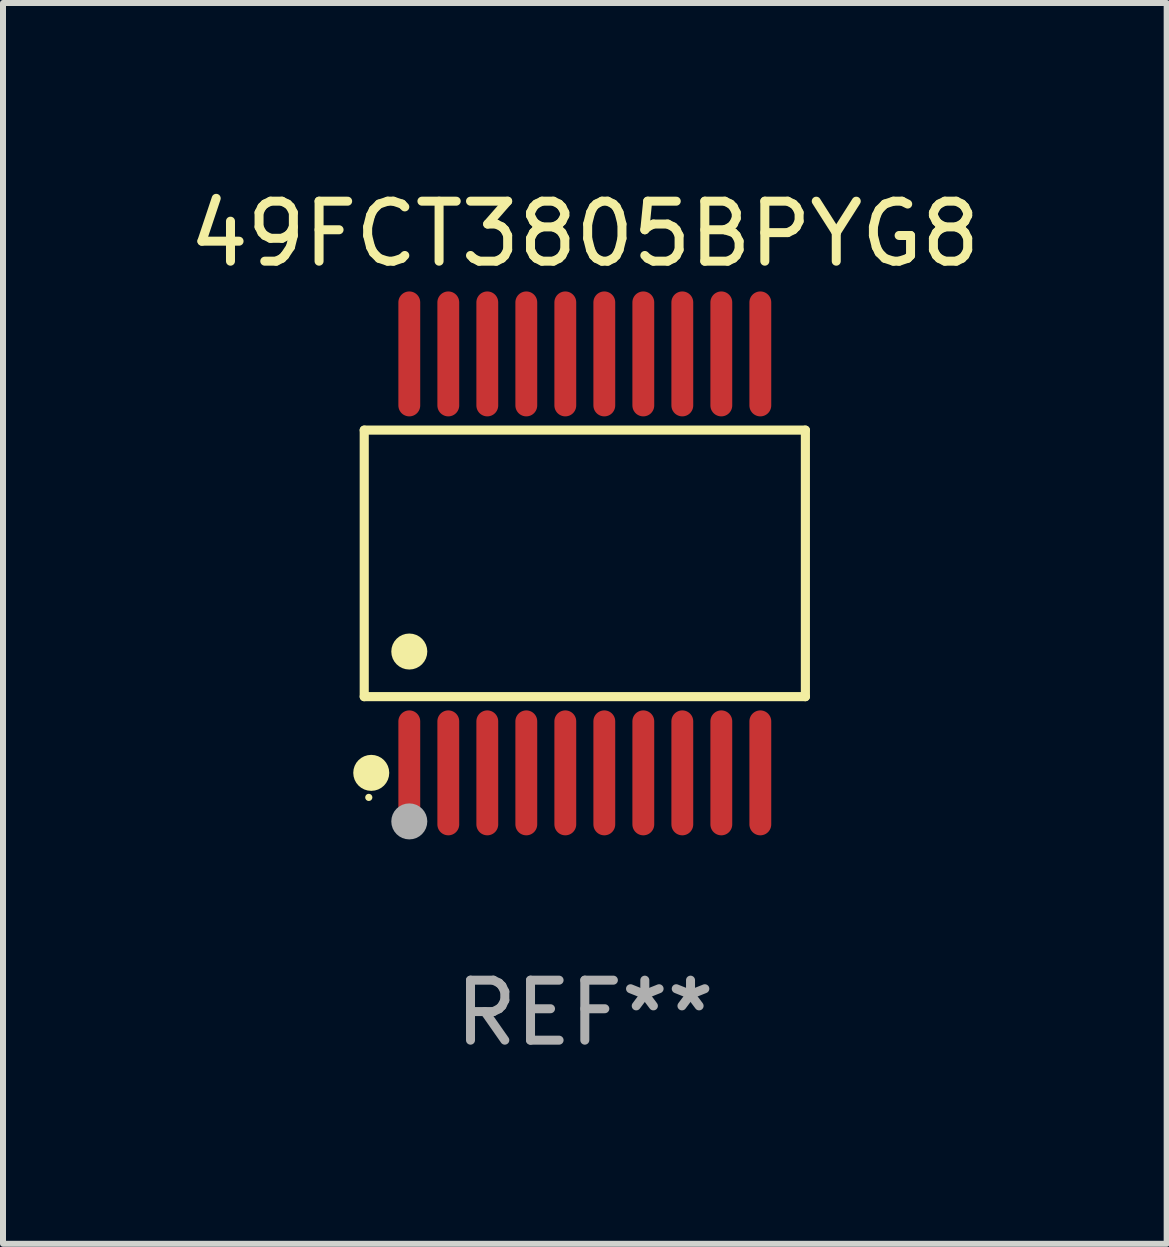
<source format=kicad_pcb>
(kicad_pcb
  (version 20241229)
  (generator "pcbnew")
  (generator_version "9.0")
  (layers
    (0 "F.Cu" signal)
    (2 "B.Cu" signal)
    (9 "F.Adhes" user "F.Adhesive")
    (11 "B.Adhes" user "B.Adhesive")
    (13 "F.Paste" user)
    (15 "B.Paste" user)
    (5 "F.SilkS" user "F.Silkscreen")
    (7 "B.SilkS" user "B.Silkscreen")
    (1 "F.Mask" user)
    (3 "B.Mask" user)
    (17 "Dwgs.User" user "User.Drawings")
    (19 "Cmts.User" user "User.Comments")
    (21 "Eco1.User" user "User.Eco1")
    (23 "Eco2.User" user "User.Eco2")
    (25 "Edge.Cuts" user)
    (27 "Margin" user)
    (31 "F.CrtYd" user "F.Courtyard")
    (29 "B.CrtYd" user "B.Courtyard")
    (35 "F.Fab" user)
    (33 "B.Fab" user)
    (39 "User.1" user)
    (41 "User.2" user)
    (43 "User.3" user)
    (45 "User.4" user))
  (footprint "49FCT3805BPYG8"
    (layer "F.Cu")
    (at 6.696 6.339)
    (property "Reference" "49FCT3805BPYG8" (at 0 -5.491 0) (layer "F.SilkS") (effects (font (size 1 1) (thickness 0.15))))
    (attr through_hole)
    (fp_line (start -3.676 -2.221) (end 3.676 -2.221) (stroke (width 0.152) (type solid)) (layer "F.SilkS"))
    (fp_line (start -3.676 2.221) (end -3.676 -2.221) (stroke (width 0.152) (type solid)) (layer "F.SilkS"))
    (fp_line (start 3.676 -2.221) (end 3.676 2.221) (stroke (width 0.152) (type solid)) (layer "F.SilkS"))
    (fp_line (start 3.676 2.221) (end -3.676 2.221) (stroke (width 0.152) (type solid)) (layer "F.SilkS"))
    (fp_circle (center -3.6 3.9) (end -3.57 3.9) (stroke (width 0.06) (type solid)) (fill no) (layer "F.SilkS"))
    (fp_circle (center -3.559 3.491) (end -3.409 3.491) (stroke (width 0.3) (type solid)) (fill no) (layer "F.SilkS"))
    (fp_circle (center -2.925 1.469) (end -2.775 1.469) (stroke (width 0.3) (type solid)) (fill no) (layer "F.SilkS"))
    (fp_circle (center -2.925 4.3) (end -2.775 4.3) (stroke (width 0.3) (type solid)) (fill no) (layer "F.Fab"))
    (fp_text user "REF**" (at 0 7.491 0) (layer "F.Fab") (effects (font (size 1 1) (thickness 0.15))))
    (pad "1" smd oval (at -2.925 3.491) (size 0.364 2.082) (layers "F.Cu" "F.Mask" "F.Paste"))
    (pad "2" smd oval (at -2.275 3.491) (size 0.364 2.082) (layers "F.Cu" "F.Mask" "F.Paste"))
    (pad "3" smd oval (at -1.625 3.491) (size 0.364 2.082) (layers "F.Cu" "F.Mask" "F.Paste"))
    (pad "4" smd oval (at -0.975 3.491) (size 0.364 2.082) (layers "F.Cu" "F.Mask" "F.Paste"))
    (pad "5" smd oval (at -0.325 3.491) (size 0.364 2.082) (layers "F.Cu" "F.Mask" "F.Paste"))
    (pad "6" smd oval (at 0.325 3.491) (size 0.364 2.082) (layers "F.Cu" "F.Mask" "F.Paste"))
    (pad "7" smd oval (at 0.975 3.491) (size 0.364 2.082) (layers "F.Cu" "F.Mask" "F.Paste"))
    (pad "8" smd oval (at 1.625 3.491) (size 0.364 2.082) (layers "F.Cu" "F.Mask" "F.Paste"))
    (pad "9" smd oval (at 2.275 3.491) (size 0.364 2.082) (layers "F.Cu" "F.Mask" "F.Paste"))
    (pad "10" smd oval (at 2.925 3.491) (size 0.364 2.082) (layers "F.Cu" "F.Mask" "F.Paste"))
    (pad "11" smd oval (at 2.925 -3.491) (size 0.364 2.082) (layers "F.Cu" "F.Mask" "F.Paste"))
    (pad "12" smd oval (at 2.275 -3.491) (size 0.364 2.082) (layers "F.Cu" "F.Mask" "F.Paste"))
    (pad "13" smd oval (at 1.625 -3.491) (size 0.364 2.082) (layers "F.Cu" "F.Mask" "F.Paste"))
    (pad "14" smd oval (at 0.975 -3.491) (size 0.364 2.082) (layers "F.Cu" "F.Mask" "F.Paste"))
    (pad "15" smd oval (at 0.325 -3.491) (size 0.364 2.082) (layers "F.Cu" "F.Mask" "F.Paste"))
    (pad "16" smd oval (at -0.325 -3.491) (size 0.364 2.082) (layers "F.Cu" "F.Mask" "F.Paste"))
    (pad "17" smd oval (at -0.975 -3.491) (size 0.364 2.082) (layers "F.Cu" "F.Mask" "F.Paste"))
    (pad "18" smd oval (at -1.625 -3.491) (size 0.364 2.082) (layers "F.Cu" "F.Mask" "F.Paste"))
    (pad "19" smd oval (at -2.275 -3.491) (size 0.364 2.082) (layers "F.Cu" "F.Mask" "F.Paste"))
    (pad "20" smd oval (at -2.925 -3.491) (size 0.364 2.082) (layers "F.Cu" "F.Mask" "F.Paste")))
  (gr_rect
    (start -3 -3)
    (end 16.393 17.678)
    (stroke (width 0.1) (type default))
    (fill no)
    (layer "Edge.Cuts")))
</source>
